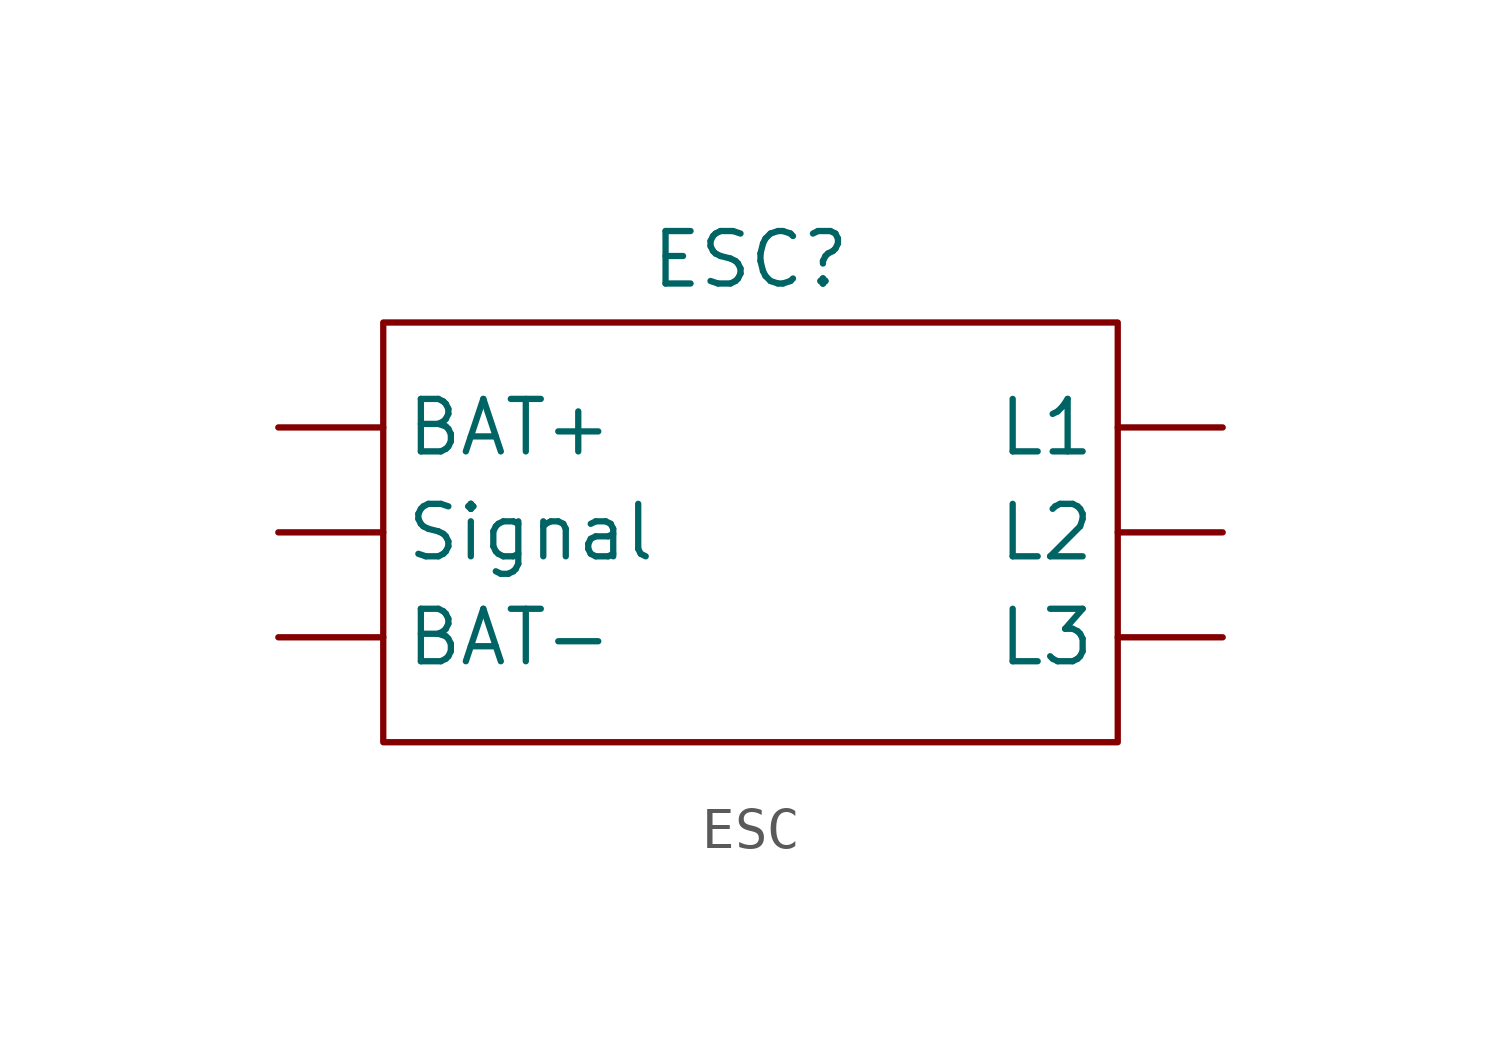
<source format=kicad_sym>
(kicad_symbol_lib
  (version 20231120)
  (generator "kicad_symbol_editor")
  (generator_version "8.0")
  (symbol "ESC"
    (property "Reference" "ESC"
      (at 0 4.064 0)
      (effects (font (size 1.27 1.27))))
    (property "Value" ""
      (at -1.27 0 0)
      (effects (font (size 1.27 1.27))))
    (symbol "ESC_0_1"
      (rectangle (start -8.89 2.54) (end 8.89 -7.62) (stroke (width 0) (type default)) (fill (type none))))
    (symbol "ESC_1_1"
      (pin power_out line (at -11.43 0 0) (length 2.54) (name "BAT+" (effects (font (size 1.27 1.27)))) (number "" (effects (font (size 1.27 1.27)))))
      (pin power_out line (at -11.43 -5.08 0) (length 2.54) (name "BAT-" (effects (font (size 1.27 1.27)))) (number "" (effects (font (size 1.27 1.27)))))
      (pin power_out line (at 11.43 0 180) (length 2.54) (name "L1" (effects (font (size 1.27 1.27)))) (number "" (effects (font (size 1.27 1.27)))))
      (pin power_out line (at 11.43 -2.54 180) (length 2.54) (name "L2" (effects (font (size 1.27 1.27)))) (number "" (effects (font (size 1.27 1.27)))))
      (pin power_out line (at 11.43 -5.08 180) (length 2.54) (name "L3" (effects (font (size 1.27 1.27)))) (number "" (effects (font (size 1.27 1.27)))))
      (pin power_out line (at -11.43 -2.54 0) (length 2.54) (name "Signal" (effects (font (size 1.27 1.27)))) (number "" (effects (font (size 1.27 1.27))))))))
</source>
